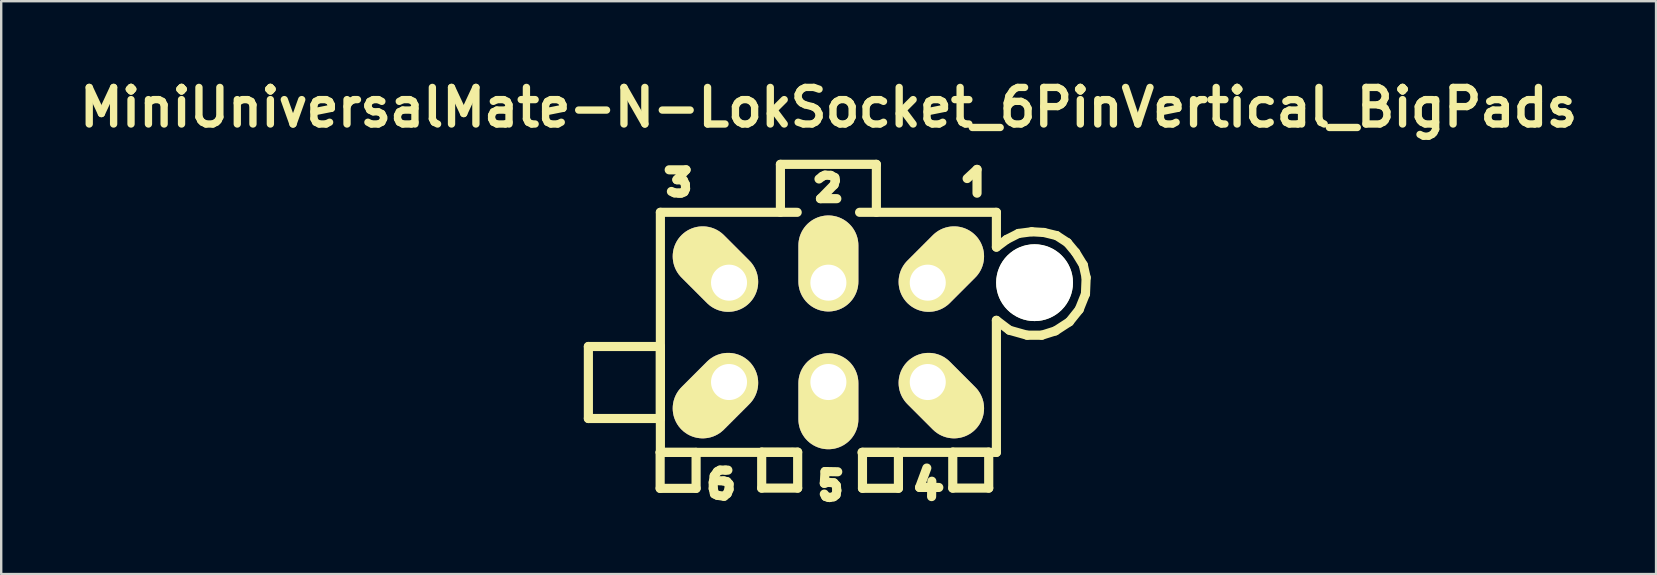
<source format=kicad_pcb>
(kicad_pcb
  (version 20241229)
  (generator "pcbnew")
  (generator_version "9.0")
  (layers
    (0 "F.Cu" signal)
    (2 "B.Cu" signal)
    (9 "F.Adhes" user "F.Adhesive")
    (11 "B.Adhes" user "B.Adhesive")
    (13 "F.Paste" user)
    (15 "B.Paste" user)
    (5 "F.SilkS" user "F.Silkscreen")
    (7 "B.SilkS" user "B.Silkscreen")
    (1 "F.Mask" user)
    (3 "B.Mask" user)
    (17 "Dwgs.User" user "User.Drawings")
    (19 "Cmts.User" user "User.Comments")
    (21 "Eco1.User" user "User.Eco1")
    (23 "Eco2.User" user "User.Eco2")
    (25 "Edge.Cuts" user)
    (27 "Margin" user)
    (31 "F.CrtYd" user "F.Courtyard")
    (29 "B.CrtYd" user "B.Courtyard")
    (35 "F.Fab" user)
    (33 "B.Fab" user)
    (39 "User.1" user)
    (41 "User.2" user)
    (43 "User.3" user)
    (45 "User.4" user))
  (footprint "MiniUniversalMate-N-LokSocket_6PinVertical_BigPads"
    (layer "F.Cu")
    (at 31.464 10.797)
    (property "Reference" "MiniUniversalMate-N-LokSocket_6PinVertical_BigPads" (at 0.01 -9.37 0) (layer "F.SilkS") (effects (font (size 1.524 1.524) (thickness 0.305))))
    (attr through_hole)
    (fp_line (start -10 0.589) (end -7 0.589) (stroke (width 0.381) (type solid)) (layer "F.SilkS"))
    (fp_line (start -10 3.589) (end -10 0.589) (stroke (width 0.381) (type solid)) (layer "F.SilkS"))
    (fp_line (start -7.01 5.001) (end -5.512 5.001) (stroke (width 0.381) (type solid)) (layer "F.SilkS"))
    (fp_line (start -7.01 6.5) (end -7.01 5.001) (stroke (width 0.381) (type solid)) (layer "F.SilkS"))
    (fp_line (start -7 0.589) (end -7 3.589) (stroke (width 0.381) (type solid)) (layer "F.SilkS"))
    (fp_line (start -7 3.589) (end -10 3.589) (stroke (width 0.381) (type solid)) (layer "F.SilkS"))
    (fp_line (start -7 5.001) (end -7 -5.001) (stroke (width 0.381) (type solid)) (layer "F.SilkS"))
    (fp_line (start -7 5.001) (end -1.501 5.001) (stroke (width 0.381) (type solid)) (layer "F.SilkS"))
    (fp_line (start -6.632 -6.772) (end -5.931 -6.772) (stroke (width 0.381) (type solid)) (layer "F.SilkS"))
    (fp_line (start -6.411 -5.812) (end -6.54 -5.87) (stroke (width 0.381) (type solid)) (layer "F.SilkS"))
    (fp_line (start -6.312 -6.36) (end -6.043 -6.34) (stroke (width 0.381) (type solid)) (layer "F.SilkS"))
    (fp_line (start -6.241 -5.801) (end -6.411 -5.812) (stroke (width 0.381) (type solid)) (layer "F.SilkS"))
    (fp_line (start -6.132 -5.801) (end -6.241 -5.801) (stroke (width 0.381) (type solid)) (layer "F.SilkS"))
    (fp_line (start -6.043 -6.34) (end -5.961 -6.172) (stroke (width 0.381) (type solid)) (layer "F.SilkS"))
    (fp_line (start -6.012 -5.852) (end -6.132 -5.801) (stroke (width 0.381) (type solid)) (layer "F.SilkS"))
    (fp_line (start -5.961 -6.172) (end -5.951 -5.982) (stroke (width 0.381) (type solid)) (layer "F.SilkS"))
    (fp_line (start -5.951 -5.982) (end -6.012 -5.852) (stroke (width 0.381) (type solid)) (layer "F.SilkS"))
    (fp_line (start -5.931 -6.772) (end -6.312 -6.36) (stroke (width 0.381) (type solid)) (layer "F.SilkS"))
    (fp_line (start -5.512 5.001) (end -5.512 6.5) (stroke (width 0.381) (type solid)) (layer "F.SilkS"))
    (fp_line (start -5.512 6.5) (end -7.01 6.5) (stroke (width 0.381) (type solid)) (layer "F.SilkS"))
    (fp_line (start -4.798 6.251) (end -4.798 6.51) (stroke (width 0.381) (type solid)) (layer "F.SilkS"))
    (fp_line (start -4.798 6.51) (end -4.747 6.731) (stroke (width 0.381) (type solid)) (layer "F.SilkS"))
    (fp_line (start -4.757 5.979) (end -4.798 6.251) (stroke (width 0.381) (type solid)) (layer "F.SilkS"))
    (fp_line (start -4.747 6.731) (end -4.628 6.789) (stroke (width 0.381) (type solid)) (layer "F.SilkS"))
    (fp_line (start -4.628 5.801) (end -4.757 5.979) (stroke (width 0.381) (type solid)) (layer "F.SilkS"))
    (fp_line (start -4.628 6.789) (end -4.348 6.83) (stroke (width 0.381) (type solid)) (layer "F.SilkS"))
    (fp_line (start -4.519 5.74) (end -4.628 5.801) (stroke (width 0.381) (type solid)) (layer "F.SilkS"))
    (fp_line (start -4.359 6.19) (end -4.608 6.18) (stroke (width 0.381) (type solid)) (layer "F.SilkS"))
    (fp_line (start -4.348 6.83) (end -4.216 6.721) (stroke (width 0.381) (type solid)) (layer "F.SilkS"))
    (fp_line (start -4.288 5.74) (end -4.519 5.74) (stroke (width 0.381) (type solid)) (layer "F.SilkS"))
    (fp_line (start -4.227 6.22) (end -4.359 6.19) (stroke (width 0.381) (type solid)) (layer "F.SilkS"))
    (fp_line (start -4.216 6.721) (end -4.138 6.54) (stroke (width 0.381) (type solid)) (layer "F.SilkS"))
    (fp_line (start -4.188 5.74) (end -4.288 5.74) (stroke (width 0.381) (type solid)) (layer "F.SilkS"))
    (fp_line (start -4.138 6.32) (end -4.227 6.22) (stroke (width 0.381) (type solid)) (layer "F.SilkS"))
    (fp_line (start -4.138 6.54) (end -4.138 6.32) (stroke (width 0.381) (type solid)) (layer "F.SilkS"))
    (fp_line (start -2.779 4.991) (end -1.28 4.991) (stroke (width 0.381) (type solid)) (layer "F.SilkS"))
    (fp_line (start -2.779 6.49) (end -2.779 4.991) (stroke (width 0.381) (type solid)) (layer "F.SilkS"))
    (fp_line (start -1.999 -7) (end -1.999 -5.001) (stroke (width 0.381) (type solid)) (layer "F.SilkS"))
    (fp_line (start -1.501 5.001) (end -1.4 5.001) (stroke (width 0.381) (type solid)) (layer "F.SilkS"))
    (fp_line (start -1.3 -5.001) (end -7 -5.001) (stroke (width 0.381) (type solid)) (layer "F.SilkS"))
    (fp_line (start -1.28 4.991) (end -1.28 6.49) (stroke (width 0.381) (type solid)) (layer "F.SilkS"))
    (fp_line (start -1.28 6.49) (end -2.779 6.49) (stroke (width 0.381) (type solid)) (layer "F.SilkS"))
    (fp_line (start -0.391 -6.391) (end -0.251 -6.5) (stroke (width 0.381) (type solid)) (layer "F.SilkS"))
    (fp_line (start -0.33 -5.57) (end 0.351 -5.57) (stroke (width 0.381) (type solid)) (layer "F.SilkS"))
    (fp_line (start -0.251 -6.5) (end -0.14 -6.551) (stroke (width 0.381) (type solid)) (layer "F.SilkS"))
    (fp_line (start -0.17 6.289) (end -0.02 6.248) (stroke (width 0.381) (type solid)) (layer "F.SilkS"))
    (fp_line (start -0.14 -6.551) (end 0.099 -6.54) (stroke (width 0.381) (type solid)) (layer "F.SilkS"))
    (fp_line (start -0.14 5.799) (end -0.17 6.289) (stroke (width 0.381) (type solid)) (layer "F.SilkS"))
    (fp_line (start -0.112 6.84) (end -0.17 6.739) (stroke (width 0.381) (type solid)) (layer "F.SilkS"))
    (fp_line (start -0.02 6.248) (end 0.229 6.269) (stroke (width 0.381) (type solid)) (layer "F.SilkS"))
    (fp_line (start -0.01 6.871) (end -0.112 6.84) (stroke (width 0.381) (type solid)) (layer "F.SilkS"))
    (fp_line (start 0.048 6.881) (end -0.01 6.871) (stroke (width 0.381) (type solid)) (layer "F.SilkS"))
    (fp_line (start 0.099 -6.54) (end 0.269 -6.449) (stroke (width 0.381) (type solid)) (layer "F.SilkS"))
    (fp_line (start 0.218 6.85) (end 0.048 6.881) (stroke (width 0.381) (type solid)) (layer "F.SilkS"))
    (fp_line (start 0.229 6.269) (end 0.33 6.38) (stroke (width 0.381) (type solid)) (layer "F.SilkS"))
    (fp_line (start 0.239 -6.149) (end -0.33 -5.57) (stroke (width 0.381) (type solid)) (layer "F.SilkS"))
    (fp_line (start 0.269 -6.449) (end 0.29 -6.32) (stroke (width 0.381) (type solid)) (layer "F.SilkS"))
    (fp_line (start 0.29 -6.32) (end 0.239 -6.149) (stroke (width 0.381) (type solid)) (layer "F.SilkS"))
    (fp_line (start 0.32 6.769) (end 0.218 6.85) (stroke (width 0.381) (type solid)) (layer "F.SilkS"))
    (fp_line (start 0.33 6.38) (end 0.351 6.589) (stroke (width 0.381) (type solid)) (layer "F.SilkS"))
    (fp_line (start 0.351 6.589) (end 0.32 6.769) (stroke (width 0.381) (type solid)) (layer "F.SilkS"))
    (fp_line (start 0.389 5.809) (end -0.14 5.799) (stroke (width 0.381) (type solid)) (layer "F.SilkS"))
    (fp_line (start 1.4 5.001) (end 7 5.001) (stroke (width 0.381) (type solid)) (layer "F.SilkS"))
    (fp_line (start 1.42 4.999) (end 2.918 4.999) (stroke (width 0.381) (type solid)) (layer "F.SilkS"))
    (fp_line (start 1.42 6.497) (end 1.42 4.999) (stroke (width 0.381) (type solid)) (layer "F.SilkS"))
    (fp_line (start 1.999 -7) (end -1.999 -7) (stroke (width 0.381) (type solid)) (layer "F.SilkS"))
    (fp_line (start 1.999 -5.001) (end 1.999 -7) (stroke (width 0.381) (type solid)) (layer "F.SilkS"))
    (fp_line (start 2.918 4.999) (end 2.918 6.497) (stroke (width 0.381) (type solid)) (layer "F.SilkS"))
    (fp_line (start 2.918 6.497) (end 1.42 6.497) (stroke (width 0.381) (type solid)) (layer "F.SilkS"))
    (fp_line (start 3.8 6.462) (end 4.6 6.462) (stroke (width 0.381) (type solid)) (layer "F.SilkS"))
    (fp_line (start 4.1 5.654) (end 3.8 6.462) (stroke (width 0.381) (type solid)) (layer "F.SilkS"))
    (fp_line (start 4.3 6.843) (end 4.31 6.203) (stroke (width 0.381) (type solid)) (layer "F.SilkS"))
    (fp_line (start 5.182 4.991) (end 6.68 4.991) (stroke (width 0.381) (type solid)) (layer "F.SilkS"))
    (fp_line (start 5.182 6.49) (end 5.182 4.991) (stroke (width 0.381) (type solid)) (layer "F.SilkS"))
    (fp_line (start 5.781 -6.408) (end 6.193 -6.789) (stroke (width 0.381) (type solid)) (layer "F.SilkS"))
    (fp_line (start 6.193 -6.789) (end 6.193 -5.799) (stroke (width 0.381) (type solid)) (layer "F.SilkS"))
    (fp_line (start 6.68 4.991) (end 6.68 6.49) (stroke (width 0.381) (type solid)) (layer "F.SilkS"))
    (fp_line (start 6.68 6.49) (end 5.182 6.49) (stroke (width 0.381) (type solid)) (layer "F.SilkS"))
    (fp_line (start 7 -5.001) (end 1.3 -5.001) (stroke (width 0.381) (type solid)) (layer "F.SilkS"))
    (fp_line (start 7 -5.001) (end 7 -3.551) (stroke (width 0.381) (type solid)) (layer "F.SilkS"))
    (fp_line (start 7 -0.5) (end 7.541 -0.089) (stroke (width 0.381) (type solid)) (layer "F.SilkS"))
    (fp_line (start 7 5.001) (end 7 -0.5) (stroke (width 0.381) (type solid)) (layer "F.SilkS"))
    (fp_line (start 7.429 -3.871) (end 7 -3.551) (stroke (width 0.381) (type solid)) (layer "F.SilkS"))
    (fp_line (start 7.541 -0.089) (end 8.28 0.119) (stroke (width 0.381) (type solid)) (layer "F.SilkS"))
    (fp_line (start 7.92 -4.12) (end 7.429 -3.871) (stroke (width 0.381) (type solid)) (layer "F.SilkS"))
    (fp_line (start 8.28 0.119) (end 8.89 0.119) (stroke (width 0.381) (type solid)) (layer "F.SilkS"))
    (fp_line (start 8.471 -4.191) (end 7.92 -4.12) (stroke (width 0.381) (type solid)) (layer "F.SilkS"))
    (fp_line (start 8.89 0.119) (end 9.459 -0.061) (stroke (width 0.381) (type solid)) (layer "F.SilkS"))
    (fp_line (start 8.979 -4.161) (end 8.471 -4.191) (stroke (width 0.381) (type solid)) (layer "F.SilkS"))
    (fp_line (start 9.459 -0.061) (end 10.041 -0.439) (stroke (width 0.381) (type solid)) (layer "F.SilkS"))
    (fp_line (start 9.51 -4.031) (end 8.979 -4.161) (stroke (width 0.381) (type solid)) (layer "F.SilkS"))
    (fp_line (start 9.959 -3.739) (end 9.51 -4.031) (stroke (width 0.381) (type solid)) (layer "F.SilkS"))
    (fp_line (start 10.041 -0.439) (end 10.45 -0.95) (stroke (width 0.381) (type solid)) (layer "F.SilkS"))
    (fp_line (start 10.3 -3.33) (end 9.959 -3.739) (stroke (width 0.381) (type solid)) (layer "F.SilkS"))
    (fp_line (start 10.45 -0.95) (end 10.711 -1.6) (stroke (width 0.381) (type solid)) (layer "F.SilkS"))
    (fp_line (start 10.62 -2.809) (end 10.3 -3.33) (stroke (width 0.381) (type solid)) (layer "F.SilkS"))
    (fp_line (start 10.711 -1.6) (end 10.739 -2.281) (stroke (width 0.381) (type solid)) (layer "F.SilkS"))
    (fp_line (start 10.739 -2.281) (end 10.62 -2.809) (stroke (width 0.381) (type solid)) (layer "F.SilkS"))
    (pad "" np_thru_hole circle (at 8.59 -2.07) (size 3.2 3.2) (drill 3.2) (layers "*.Cu" "*.Mask" "F.SilkS"))
    (pad "1" thru_hole oval (at 4.14 -2.07 45) (size 4 2.499) (drill 1.501 (offset 0.8 0)) (layers "*.Cu" "*.Mask" "F.SilkS"))
    (pad "2" thru_hole oval (at 0 -2.07 90) (size 4 2.499) (drill 1.501 (offset 0.8 0)) (layers "*.Cu" "*.Mask" "F.SilkS"))
    (pad "3" thru_hole oval (at -4.14 -2.07 315) (size 4 2.499) (drill 1.501 (offset -0.8 0)) (layers "*.Cu" "*.Mask" "F.SilkS"))
    (pad "4" thru_hole oval (at 4.14 2.07 315) (size 4 2.499) (drill 1.501 (offset 0.8 0)) (layers "*.Cu" "*.Mask" "F.SilkS"))
    (pad "5" thru_hole oval (at 0 2.07 90) (size 4 2.499) (drill 1.501 (offset -0.8 0)) (layers "*.Cu" "*.Mask" "F.SilkS"))
    (pad "6" thru_hole oval (at -4.14 2.07 45) (size 4 2.499) (drill 1.501 (offset -0.8 0)) (layers "*.Cu" "*.Mask" "F.SilkS")))
  (gr_rect
    (start -3 -3)
    (end 65.948 20.868)
    (stroke (width 0.1) (type default))
    (fill no)
    (layer "Edge.Cuts")))
</source>
